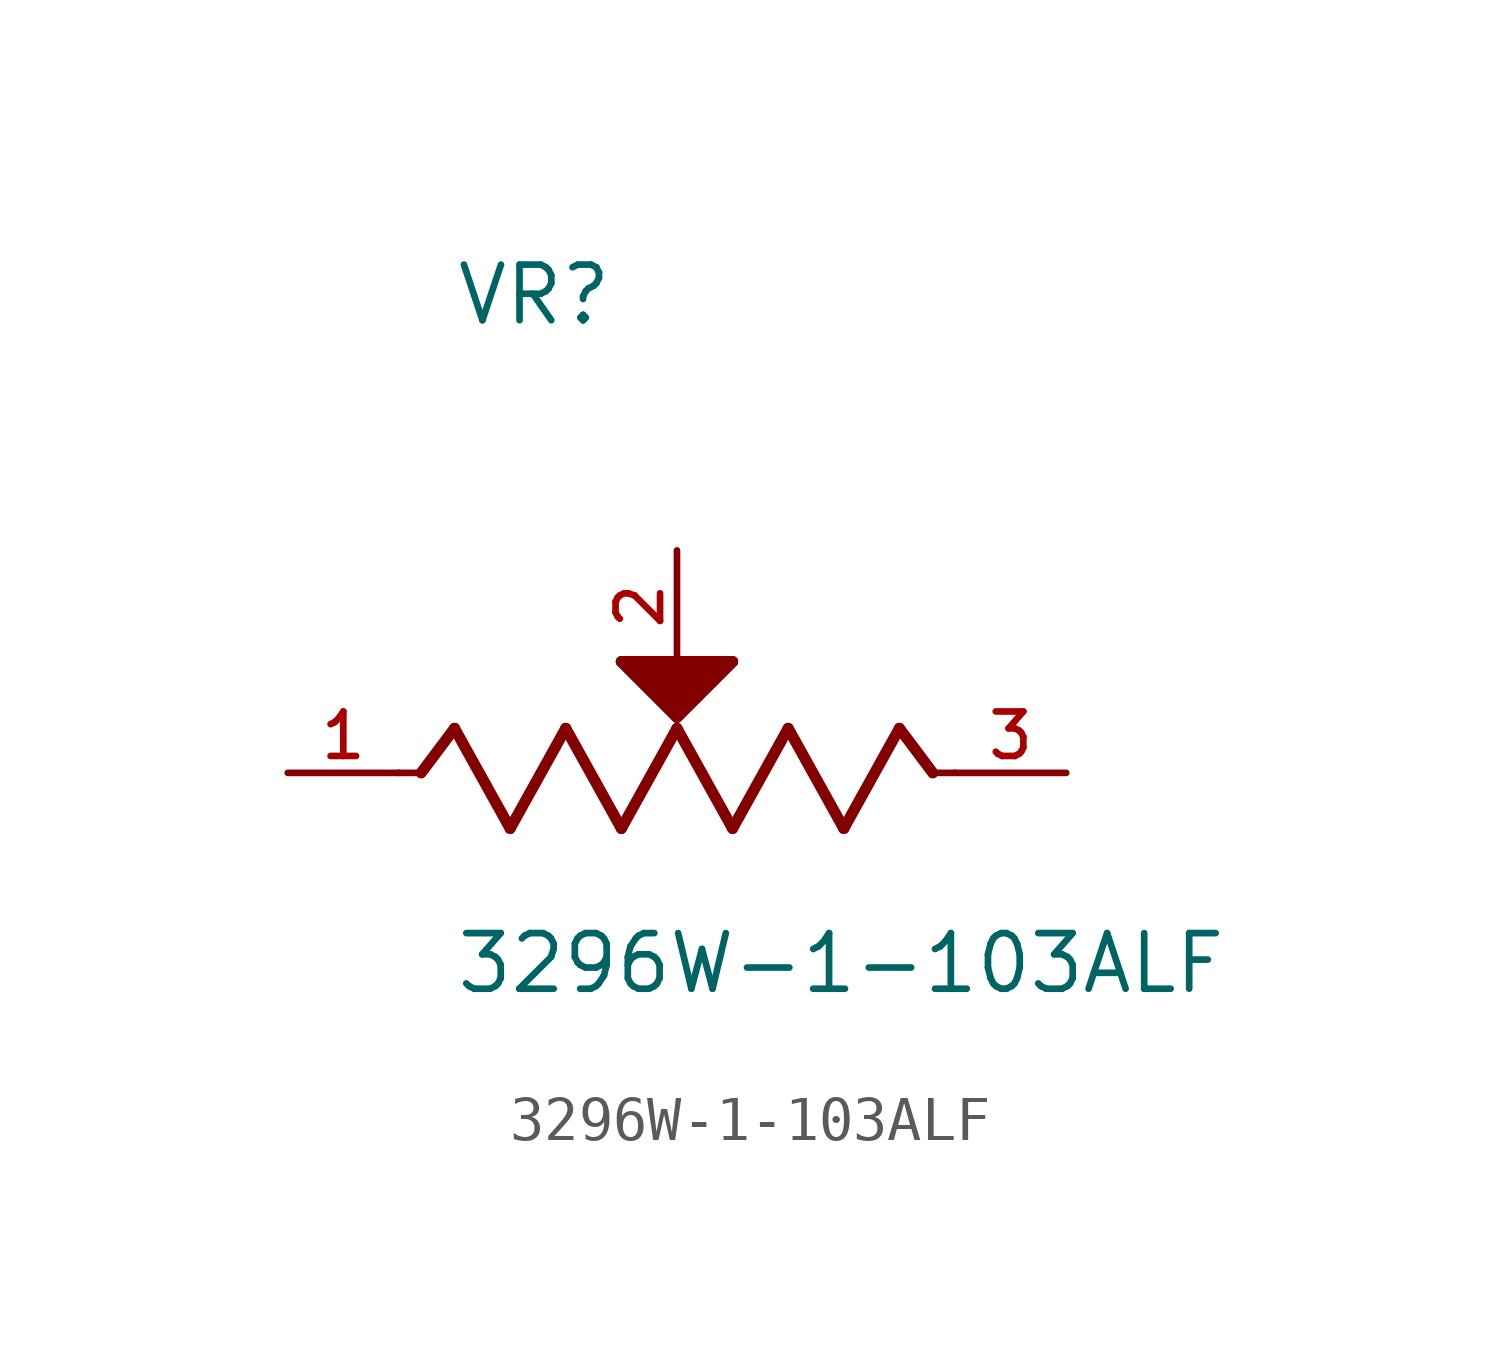
<source format=kicad_sym>
(kicad_symbol_lib
  (version 20211014)
  (generator kicad_symbol_editor)
  (symbol "3296W-1-103ALF"
    (pin_names
      (offset 1.016))
    (property "Reference" "VR"
      (at -5.087 10.174 0)
      (effects (font (size 1.27 1.27)) (justify bottom left)))
    (property "Value" "3296W-1-103ALF"
      (at -5.093 -5.093 0)
      (effects (font (size 1.27 1.27)) (justify bottom left)))
    (symbol "3296W-1-103ALF_0_0"
      (polyline (pts (xy -6.35 0.0) (xy -5.842 0.0)) (stroke (width 0.152)))
      (polyline (pts (xy -5.842 0.0) (xy -5.08 1.016)) (stroke (width 0.254)))
      (polyline (pts (xy -5.08 1.016) (xy -3.81 -1.27)) (stroke (width 0.254)))
      (polyline (pts (xy -3.81 -1.27) (xy -2.54 1.016)) (stroke (width 0.254)))
      (polyline (pts (xy -2.54 1.016) (xy -1.27 -1.27)) (stroke (width 0.254)))
      (polyline (pts (xy -1.27 -1.27) (xy 0.0 1.016)) (stroke (width 0.254)))
      (polyline (pts (xy 0.0 1.016) (xy 1.27 -1.27)) (stroke (width 0.254)))
      (polyline (pts (xy 1.27 -1.27) (xy 2.54 1.016)) (stroke (width 0.254)))
      (polyline (pts (xy 2.54 1.016) (xy 3.81 -1.27)) (stroke (width 0.254)))
      (polyline (pts (xy 3.81 -1.27) (xy 5.08 1.016)) (stroke (width 0.254)))
      (polyline (pts (xy 5.842 0.0) (xy 5.08 1.016)) (stroke (width 0.254)))
      (polyline (pts (xy 5.842 0.0) (xy 6.35 0.0)) (stroke (width 0.152)))
      (polyline (pts (xy 0.0 1.27) (xy -1.27 2.54)) (stroke (width 0.254)))
      (polyline (pts (xy -1.27 2.54) (xy 1.27 2.54)) (stroke (width 0.254)))
      (polyline (pts (xy 1.27 2.54) (xy 0.0 1.27)) (stroke (width 0.254)))
      (polyline (pts (xy -1.27 2.54) (xy 1.27 2.54) (xy 0.0 1.27) (xy -1.27 2.54)) (stroke (width 0.254)) (fill (type outline)))
      (pin passive line (at -8.89 0.0 0) (length 2.54) (name "~" (effects (font (size 1.016 1.016)))) (number "1" (effects (font (size 1.016 1.016)))))
      (pin passive line (at 8.89 0.0 180.0) (length 2.54) (name "~" (effects (font (size 1.016 1.016)))) (number "3" (effects (font (size 1.016 1.016)))))
      (pin passive line (at 0.0 5.08 270.0) (length 2.54) (name "~" (effects (font (size 1.016 1.016)))) (number "2" (effects (font (size 1.016 1.016))))))))
</source>
